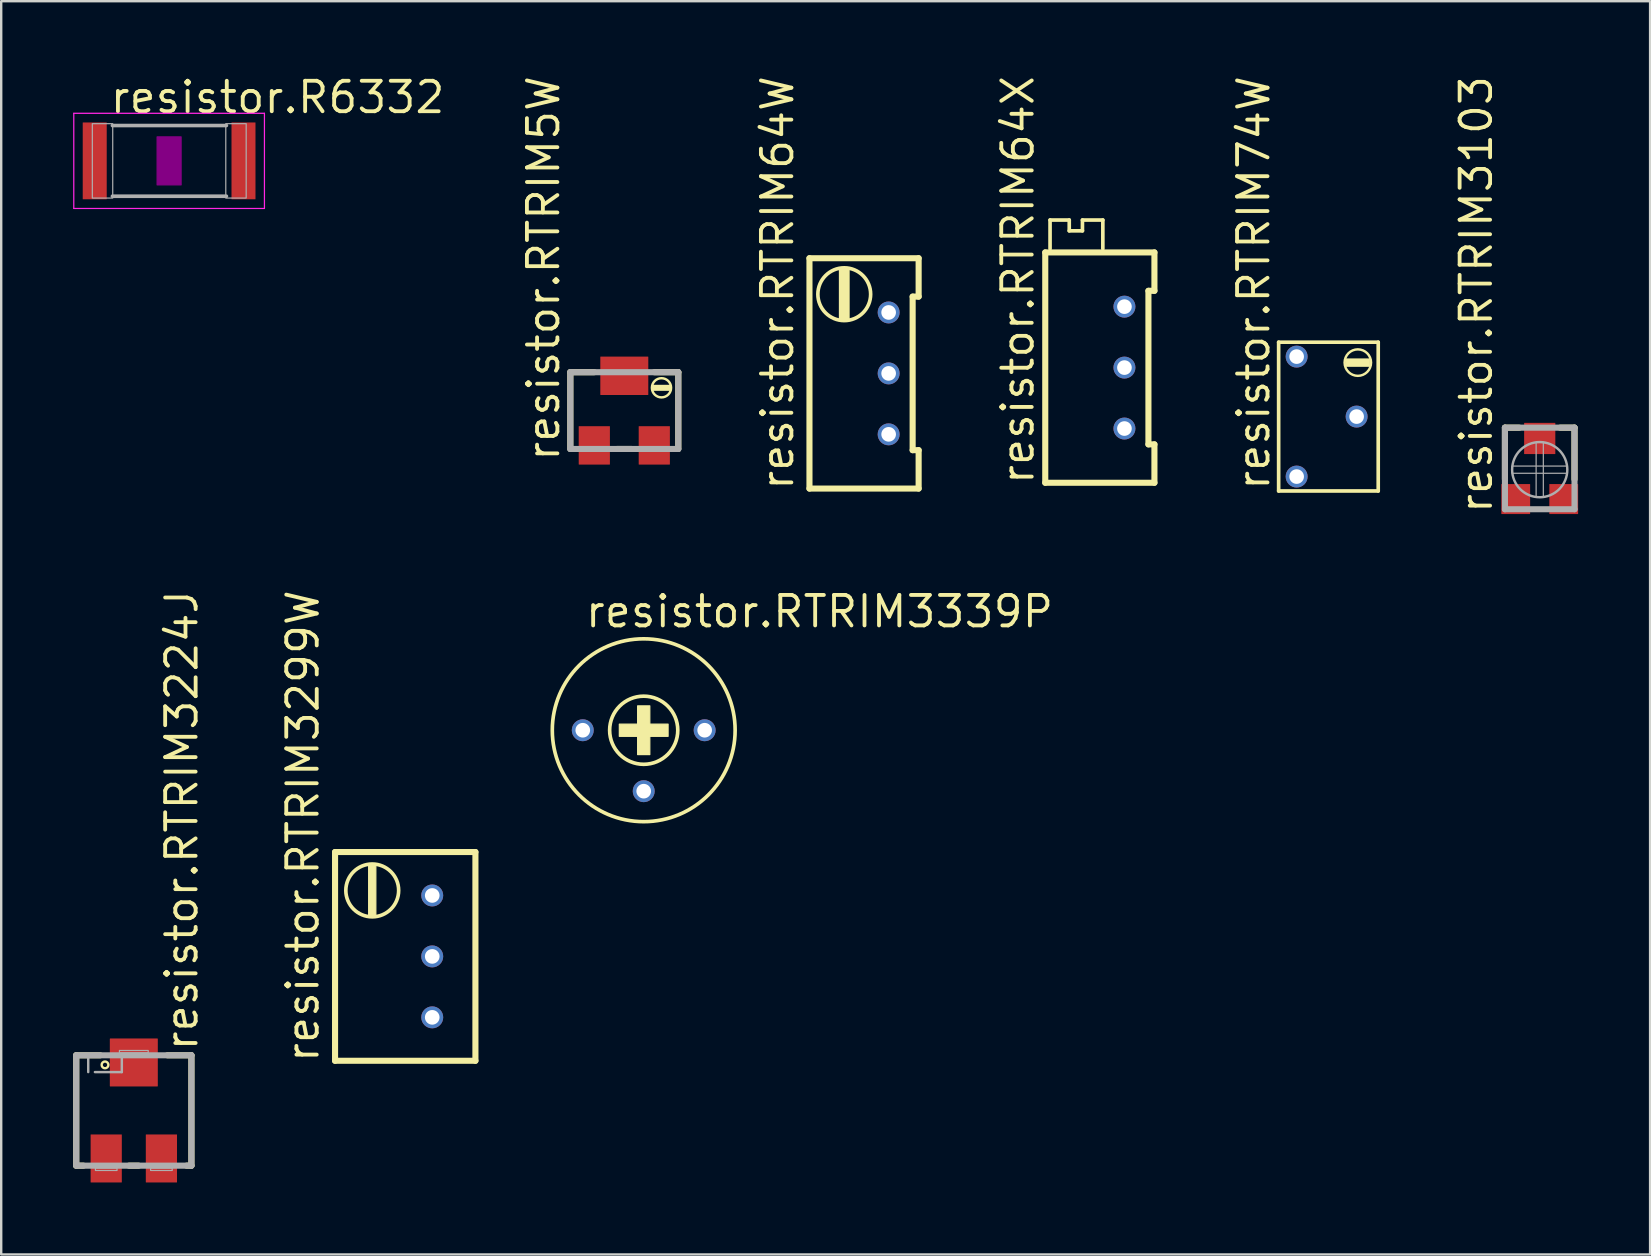
<source format=kicad_pcb>
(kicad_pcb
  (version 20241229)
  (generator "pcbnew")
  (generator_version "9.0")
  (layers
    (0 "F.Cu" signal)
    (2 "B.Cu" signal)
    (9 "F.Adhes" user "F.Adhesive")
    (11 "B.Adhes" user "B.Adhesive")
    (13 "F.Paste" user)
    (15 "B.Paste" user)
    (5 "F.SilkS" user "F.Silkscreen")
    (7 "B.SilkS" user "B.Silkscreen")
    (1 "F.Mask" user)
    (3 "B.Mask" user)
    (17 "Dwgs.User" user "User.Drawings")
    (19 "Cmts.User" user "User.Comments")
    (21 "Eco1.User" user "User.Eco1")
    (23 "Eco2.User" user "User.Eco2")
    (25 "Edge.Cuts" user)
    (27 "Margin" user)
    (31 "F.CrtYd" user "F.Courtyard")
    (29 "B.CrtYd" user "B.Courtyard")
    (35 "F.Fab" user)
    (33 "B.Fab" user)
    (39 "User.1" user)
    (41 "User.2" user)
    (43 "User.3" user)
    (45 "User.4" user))
  (footprint "resistor.R6332"
    (layer "F.Cu")
    (at 3.998 3.655)
    (property "Reference" "resistor.R6332" (at -2.54 -1.905 0) (layer "F.SilkS") (effects (font (size 1.27 1.27) (thickness 0.16)) (justify left bottom)))
    (attr smd)
    (fp_rect (start -0.5 1) (end 0.5 -1) (stroke (width 0.05) (type default)) (fill yes) (layer "F.Adhes"))
    (fp_line (start -3.973 -1.983) (end 3.973 -1.983) (stroke (width 0.051) (type default)) (layer "F.CrtYd"))
    (fp_line (start -3.973 1.983) (end -3.973 -1.983) (stroke (width 0.051) (type default)) (layer "F.CrtYd"))
    (fp_line (start 3.973 -1.983) (end 3.973 1.983) (stroke (width 0.051) (type default)) (layer "F.CrtYd"))
    (fp_line (start 3.973 1.983) (end -3.973 1.983) (stroke (width 0.051) (type default)) (layer "F.CrtYd"))
    (fp_line (start -2.362 -1.473) (end 2.387 -1.473) (stroke (width 0.152) (type default)) (layer "F.Fab"))
    (fp_line (start -2.362 1.473) (end 2.387 1.473) (stroke (width 0.152) (type default)) (layer "F.Fab"))
    (fp_rect (start -3.2 1.549) (end -2.35 -1.551) (stroke (width 0.05) (type default)) (fill no) (layer "F.Fab"))
    (fp_rect (start 2.362 1.549) (end 3.212 -1.551) (stroke (width 0.05) (type default)) (fill no) (layer "F.Fab"))
    (pad "1" smd roundrect (at -3.1 0) (size 1 3.2) (layers "F.Cu" "F.Mask" "F.Paste") (roundrect_rratio 0.01))
    (pad "2" smd roundrect (at 3.1 0) (size 1 3.2) (layers "F.Cu" "F.Mask" "F.Paste") (roundrect_rratio 0.01)))
  (footprint "resistor.RTRIM64W"
    (layer "F.Cu")
    (at 32.716 12.512)
    (property "Reference" "resistor.RTRIM64W" (at -2.62 4.95 90) (layer "F.SilkS") (effects (font (size 1.27 1.27) (thickness 0.16)) (justify left bottom)))
    (attr through_hole)
    (fp_line (start -2.03 -4.8) (end 2.52 -4.8) (stroke (width 0.254) (type default)) (layer "F.SilkS"))
    (fp_line (start -2.03 4.8) (end -2.03 -4.8) (stroke (width 0.254) (type default)) (layer "F.SilkS"))
    (fp_line (start 2.27 -3.2) (end 2.27 3.2) (stroke (width 0.254) (type default)) (layer "F.SilkS"))
    (fp_line (start 2.27 3.2) (end 2.52 3.2) (stroke (width 0.254) (type default)) (layer "F.SilkS"))
    (fp_line (start 2.52 -4.8) (end 2.52 -3.2) (stroke (width 0.254) (type default)) (layer "F.SilkS"))
    (fp_line (start 2.52 -3.2) (end 2.27 -3.2) (stroke (width 0.254) (type default)) (layer "F.SilkS"))
    (fp_line (start 2.52 3.2) (end 2.52 4.8) (stroke (width 0.254) (type default)) (layer "F.SilkS"))
    (fp_line (start 2.52 4.8) (end -2.03 4.8) (stroke (width 0.254) (type default)) (layer "F.SilkS"))
    (fp_rect (start -0.78 -2.25) (end -0.38 -4.35) (stroke (width 0.05) (type default)) (fill yes) (layer "F.SilkS"))
    (fp_circle (center -0.58 -3.3) (end 0.52 -3.3) (stroke (width 0.152) (type default)) (fill no) (layer "F.SilkS"))
    (pad "1" thru_hole circle (at 1.27 2.54) (size 0.914 0.914) (drill 0.61) (layers "*.Cu" "*.Mask"))
    (pad "2" thru_hole circle (at 1.27 0) (size 0.914 0.914) (drill 0.61) (layers "*.Cu" "*.Mask"))
    (pad "3" thru_hole circle (at 1.27 -2.54) (size 0.914 0.914) (drill 0.61) (layers "*.Cu" "*.Mask")))
  (footprint "resistor.RTRIM74W"
    (layer "F.Cu")
    (at 52.24 14.312)
    (property "Reference" "resistor.RTRIM74W" (at -2.3 3.15 90) (layer "F.SilkS") (effects (font (size 1.27 1.27) (thickness 0.16)) (justify left bottom)))
    (attr through_hole)
    (fp_line (start -2 -3.1) (end -2 3.1) (stroke (width 0.152) (type default)) (layer "F.SilkS"))
    (fp_line (start -2 3.1) (end 2.15 3.1) (stroke (width 0.152) (type default)) (layer "F.SilkS"))
    (fp_line (start 2.15 -3.1) (end -2 -3.1) (stroke (width 0.152) (type default)) (layer "F.SilkS"))
    (fp_line (start 2.15 3.1) (end 2.15 -3.1) (stroke (width 0.152) (type default)) (layer "F.SilkS"))
    (fp_rect (start 0.8 -2.1) (end 1.8 -2.4) (stroke (width 0.05) (type default)) (fill yes) (layer "F.SilkS"))
    (fp_circle (center 1.3 -2.25) (end 1.852 -2.25) (stroke (width 0.102) (type default)) (fill no) (layer "F.SilkS"))
    (pad "1" thru_hole circle (at -1.25 2.5) (size 0.914 0.914) (drill 0.61) (layers "*.Cu" "*.Mask"))
    (pad "2" thru_hole circle (at 1.25 0) (size 0.914 0.914) (drill 0.61) (layers "*.Cu" "*.Mask"))
    (pad "3" thru_hole circle (at -1.25 -2.5) (size 0.914 0.914) (drill 0.61) (layers "*.Cu" "*.Mask")))
  (footprint "resistor.RTRIM3339P"
    (layer "F.Cu")
    (at 23.778 27.384)
    (property "Reference" "resistor.RTRIM3339P" (at -2.515 -4.205 0) (layer "F.SilkS") (effects (font (size 1.27 1.27) (thickness 0.16)) (justify left bottom)))
    (attr through_hole)
    (fp_rect (start -1.016 0.254) (end 1.016 -0.254) (stroke (width 0.05) (type default)) (fill yes) (layer "F.SilkS"))
    (fp_rect (start -0.254 1.016) (end 0.254 -1.016) (stroke (width 0.05) (type default)) (fill yes) (layer "F.SilkS"))
    (fp_circle (center 0 0) (end 1.42 0) (stroke (width 0.152) (type default)) (fill no) (layer "F.SilkS"))
    (fp_circle (center 0 0) (end 3.81 0) (stroke (width 0.152) (type default)) (fill no) (layer "F.SilkS"))
    (pad "1" thru_hole circle (at -2.54 0) (size 0.914 0.914) (drill 0.61) (layers "*.Cu" "*.Mask"))
    (pad "2" thru_hole circle (at 0 2.54) (size 0.914 0.914) (drill 0.61) (layers "*.Cu" "*.Mask"))
    (pad "3" thru_hole circle (at 2.54 0) (size 0.914 0.914) (drill 0.61) (layers "*.Cu" "*.Mask")))
  (footprint "resistor.RTRIM64X"
    (layer "F.Cu")
    (at 42.543 12.27)
    (property "Reference" "resistor.RTRIM64X" (at -2.43 4.95 90) (layer "F.SilkS") (effects (font (size 1.27 1.27) (thickness 0.16)) (justify left bottom)))
    (attr through_hole)
    (fp_line (start -2.03 -4.8) (end 2.52 -4.8) (stroke (width 0.254) (type default)) (layer "F.SilkS"))
    (fp_line (start -2.03 4.8) (end -2.03 -4.8) (stroke (width 0.254) (type default)) (layer "F.SilkS"))
    (fp_line (start -1.83 -6.15) (end -1.03 -6.15) (stroke (width 0.152) (type default)) (layer "F.SilkS"))
    (fp_line (start -1.83 -4.95) (end -1.83 -6.15) (stroke (width 0.152) (type default)) (layer "F.SilkS"))
    (fp_line (start -1.03 -6.15) (end -1.03 -5.7) (stroke (width 0.152) (type default)) (layer "F.SilkS"))
    (fp_line (start -1.03 -5.7) (end -0.48 -5.7) (stroke (width 0.152) (type default)) (layer "F.SilkS"))
    (fp_line (start -0.48 -6.15) (end 0.37 -6.15) (stroke (width 0.152) (type default)) (layer "F.SilkS"))
    (fp_line (start -0.48 -5.7) (end -0.48 -6.15) (stroke (width 0.152) (type default)) (layer "F.SilkS"))
    (fp_line (start 0.37 -6.15) (end 0.37 -4.95) (stroke (width 0.152) (type default)) (layer "F.SilkS"))
    (fp_line (start 2.27 -3.2) (end 2.27 3.2) (stroke (width 0.254) (type default)) (layer "F.SilkS"))
    (fp_line (start 2.27 3.2) (end 2.52 3.2) (stroke (width 0.254) (type default)) (layer "F.SilkS"))
    (fp_line (start 2.52 -4.8) (end 2.52 -3.2) (stroke (width 0.254) (type default)) (layer "F.SilkS"))
    (fp_line (start 2.52 -3.2) (end 2.27 -3.2) (stroke (width 0.254) (type default)) (layer "F.SilkS"))
    (fp_line (start 2.52 3.2) (end 2.52 4.8) (stroke (width 0.254) (type default)) (layer "F.SilkS"))
    (fp_line (start 2.52 4.8) (end -2.03 4.8) (stroke (width 0.254) (type default)) (layer "F.SilkS"))
    (pad "1" thru_hole circle (at 1.27 2.54) (size 0.914 0.914) (drill 0.61) (layers "*.Cu" "*.Mask"))
    (pad "2" thru_hole circle (at 1.27 0) (size 0.914 0.914) (drill 0.61) (layers "*.Cu" "*.Mask"))
    (pad "3" thru_hole circle (at 1.27 -2.54) (size 0.914 0.914) (drill 0.61) (layers "*.Cu" "*.Mask")))
  (footprint "resistor.RTRIM3103"
    (layer "F.Cu")
    (at 61.121 16.524)
    (property "Reference" "resistor.RTRIM3103" (at -1.905 1.905 90) (layer "F.SilkS") (effects (font (size 1.27 1.27) (thickness 0.16)) (justify left bottom)))
    (attr smd)
    (fp_line (start -1.45 -1.75) (end -0.85 -1.75) (stroke (width 0.254) (type default)) (layer "F.SilkS"))
    (fp_line (start -1.45 0.4) (end -1.45 -1.75) (stroke (width 0.254) (type default)) (layer "F.SilkS"))
    (fp_line (start 1.45 -1.75) (end 0.85 -1.75) (stroke (width 0.254) (type default)) (layer "F.SilkS"))
    (fp_line (start 1.45 0.4) (end 1.45 -1.75) (stroke (width 0.254) (type default)) (layer "F.SilkS"))
    (fp_line (start -1.45 -1.75) (end -1.45 1.65) (stroke (width 0.254) (type default)) (layer "F.Fab"))
    (fp_line (start -1.45 1.65) (end 1.45 1.65) (stroke (width 0.254) (type default)) (layer "F.Fab"))
    (fp_line (start 1.45 -1.75) (end -1.45 -1.75) (stroke (width 0.254) (type default)) (layer "F.Fab"))
    (fp_line (start 1.45 1.65) (end 1.45 -1.75) (stroke (width 0.254) (type default)) (layer "F.Fab"))
    (fp_rect (start -1.15 0.15) (end 1.15 -0.15) (stroke (width 0.05) (type default)) (fill no) (layer "F.Fab"))
    (fp_rect (start -0.15 1.15) (end 0.15 -1.15) (stroke (width 0.05) (type default)) (fill no) (layer "F.Fab"))
    (fp_circle (center 0 0) (end 1.15 0) (stroke (width 0.102) (type default)) (fill no) (layer "F.Fab"))
    (pad "1" smd roundrect (at -1 1.225) (size 1.2 1.25) (layers "F.Cu" "F.Mask" "F.Paste") (roundrect_rratio 0.01))
    (pad "2" smd roundrect (at 0 -1.3) (size 1.3 1.3) (layers "F.Cu" "F.Mask" "F.Paste") (roundrect_rratio 0.01))
    (pad "3" smd roundrect (at 1 1.225) (size 1.2 1.25) (layers "F.Cu" "F.Mask" "F.Paste") (roundrect_rratio 0.01)))
  (footprint "resistor.RTRIM3299W"
    (layer "F.Cu")
    (at 13.694 36.81)
    (property "Reference" "resistor.RTRIM3299W" (at -3.38 4.5 90) (layer "F.SilkS") (effects (font (size 1.27 1.27) (thickness 0.16)) (justify left bottom)))
    (attr through_hole)
    (fp_line (start -2.78 -4.35) (end 3.07 -4.35) (stroke (width 0.254) (type default)) (layer "F.SilkS"))
    (fp_line (start -2.78 4.35) (end -2.78 -4.35) (stroke (width 0.254) (type default)) (layer "F.SilkS"))
    (fp_line (start 3.07 -4.35) (end 3.07 4.35) (stroke (width 0.254) (type default)) (layer "F.SilkS"))
    (fp_line (start 3.07 4.35) (end -2.78 4.35) (stroke (width 0.254) (type default)) (layer "F.SilkS"))
    (fp_rect (start -1.38 -1.7) (end -1.08 -3.8) (stroke (width 0.05) (type default)) (fill yes) (layer "F.SilkS"))
    (fp_circle (center -1.23 -2.75) (end -0.129 -2.75) (stroke (width 0.152) (type default)) (fill no) (layer "F.SilkS"))
    (pad "1" thru_hole circle (at 1.27 2.54) (size 0.914 0.914) (drill 0.61) (layers "*.Cu" "*.Mask"))
    (pad "2" thru_hole circle (at 1.27 0) (size 0.914 0.914) (drill 0.61) (layers "*.Cu" "*.Mask"))
    (pad "3" thru_hole circle (at 1.27 -2.54) (size 0.914 0.914) (drill 0.61) (layers "*.Cu" "*.Mask")))
  (footprint "resistor.RTRIM3224J"
    (layer "F.Cu")
    (at 2.527 43.231)
    (property "Reference" "resistor.RTRIM3224J" (at 2.74 -2.405 270) (layer "F.SilkS") (effects (font (size 1.27 1.27) (thickness 0.16)) (justify left bottom)))
    (attr smd)
    (fp_line (start -2.4 -2.3) (end -1.4 -2.3) (stroke (width 0.254) (type default)) (layer "F.SilkS"))
    (fp_line (start -2.4 2.3) (end -2.4 -2.3) (stroke (width 0.254) (type default)) (layer "F.SilkS"))
    (fp_line (start -2.1 2.3) (end -2.4 2.3) (stroke (width 0.254) (type default)) (layer "F.SilkS"))
    (fp_line (start 0.2 2.3) (end -0.2 2.3) (stroke (width 0.254) (type default)) (layer "F.SilkS"))
    (fp_line (start 1.4 -2.3) (end 2.4 -2.3) (stroke (width 0.254) (type dash)) (layer "F.SilkS"))
    (fp_line (start 2.4 -2.3) (end 2.4 2.3) (stroke (width 0.254) (type default)) (layer "F.SilkS"))
    (fp_line (start 2.4 2.3) (end 2.2 2.3) (stroke (width 0.254) (type default)) (layer "F.SilkS"))
    (fp_circle (center -1.2 -1.9) (end -1.059 -1.9) (stroke (width 0.1) (type default)) (fill no) (layer "F.SilkS"))
    (fp_line (start -2.4 -2.3) (end 2.4 -2.3) (stroke (width 0.254) (type default)) (layer "F.Fab"))
    (fp_line (start -2.4 2.3) (end -2.4 -2.3) (stroke (width 0.254) (type default)) (layer "F.Fab"))
    (fp_line (start -1.9 -1.6) (end -1.9 -2.2) (stroke (width 0.102) (type dash)) (layer "F.Fab"))
    (fp_line (start -0.5 -2.2) (end -0.5 -1.6) (stroke (width 0.102) (type dash)) (layer "F.Fab"))
    (fp_line (start -0.5 -1.6) (end -1.9 -1.6) (stroke (width 0.102) (type dash)) (layer "F.Fab"))
    (fp_line (start 2.4 -2.3) (end 2.4 2.3) (stroke (width 0.254) (type default)) (layer "F.Fab"))
    (fp_line (start 2.4 2.3) (end -2.4 2.3) (stroke (width 0.254) (type default)) (layer "F.Fab"))
    (fp_rect (start -1.6 2.5) (end -0.7 2.4) (stroke (width 0.05) (type default)) (fill no) (layer "F.Fab"))
    (fp_rect (start -0.6 -2.4) (end 0.6 -2.5) (stroke (width 0.05) (type default)) (fill no) (layer "F.Fab"))
    (fp_rect (start 0.7 2.5) (end 1.6 2.4) (stroke (width 0.05) (type default)) (fill no) (layer "F.Fab"))
    (pad "1" smd roundrect (at -1.15 2) (size 1.3 2) (layers "F.Cu" "F.Mask" "F.Paste") (roundrect_rratio 0.01))
    (pad "2" smd roundrect (at 0 -2) (size 2 2) (layers "F.Cu" "F.Mask" "F.Paste") (roundrect_rratio 0.01))
    (pad "3" smd roundrect (at 1.15 2) (size 1.3 2) (layers "F.Cu" "F.Mask" "F.Paste") (roundrect_rratio 0.01)))
  (footprint "resistor.RTRIM5W"
    (layer "F.Cu")
    (at 22.969 14.062)
    (property "Reference" "resistor.RTRIM5W" (at -2.625 2.19 90) (layer "F.SilkS") (effects (font (size 1.27 1.27) (thickness 0.16)) (justify left bottom)))
    (attr smd)
    (fp_line (start -2.25 -1.6) (end -2.25 1.6) (stroke (width 0.254) (type default)) (layer "F.SilkS"))
    (fp_line (start -1.25 -1.6) (end -2.25 -1.6) (stroke (width 0.254) (type default)) (layer "F.SilkS"))
    (fp_line (start -0.3 1.6) (end 0.3 1.6) (stroke (width 0.254) (type default)) (layer "F.SilkS"))
    (fp_line (start 1.25 -1.6) (end 2.25 -1.6) (stroke (width 0.254) (type default)) (layer "F.SilkS"))
    (fp_line (start 2.25 -1.6) (end 2.25 1.6) (stroke (width 0.254) (type default)) (layer "F.SilkS"))
    (fp_rect (start 1.15 -0.85) (end 1.95 -1.05) (stroke (width 0.05) (type default)) (fill yes) (layer "F.SilkS"))
    (fp_circle (center 1.55 -0.95) (end 1.95 -0.95) (stroke (width 0.102) (type default)) (fill no) (layer "F.SilkS"))
    (fp_line (start -2.25 -1.6) (end -2.25 1.6) (stroke (width 0.254) (type default)) (layer "F.Fab"))
    (fp_line (start -2.25 1.6) (end 2.25 1.6) (stroke (width 0.254) (type default)) (layer "F.Fab"))
    (fp_line (start 2.25 -1.6) (end -2.25 -1.6) (stroke (width 0.254) (type default)) (layer "F.Fab"))
    (fp_line (start 2.25 1.6) (end 2.25 -1.6) (stroke (width 0.254) (type default)) (layer "F.Fab"))
    (pad "1" smd roundrect (at -1.25 1.45) (size 1.3 1.6) (layers "F.Cu" "F.Mask" "F.Paste") (roundrect_rratio 0.01))
    (pad "2" smd roundrect (at 0 -1.45) (size 2 1.6) (layers "F.Cu" "F.Mask" "F.Paste") (roundrect_rratio 0.01))
    (pad "3" smd roundrect (at 1.25 1.45) (size 1.3 1.6) (layers "F.Cu" "F.Mask" "F.Paste") (roundrect_rratio 0.01)))
  (gr_rect
    (start -3 -3)
    (end 65.721 49.231)
    (stroke (width 0.1) (type default))
    (fill no)
    (layer "Edge.Cuts")))
</source>
